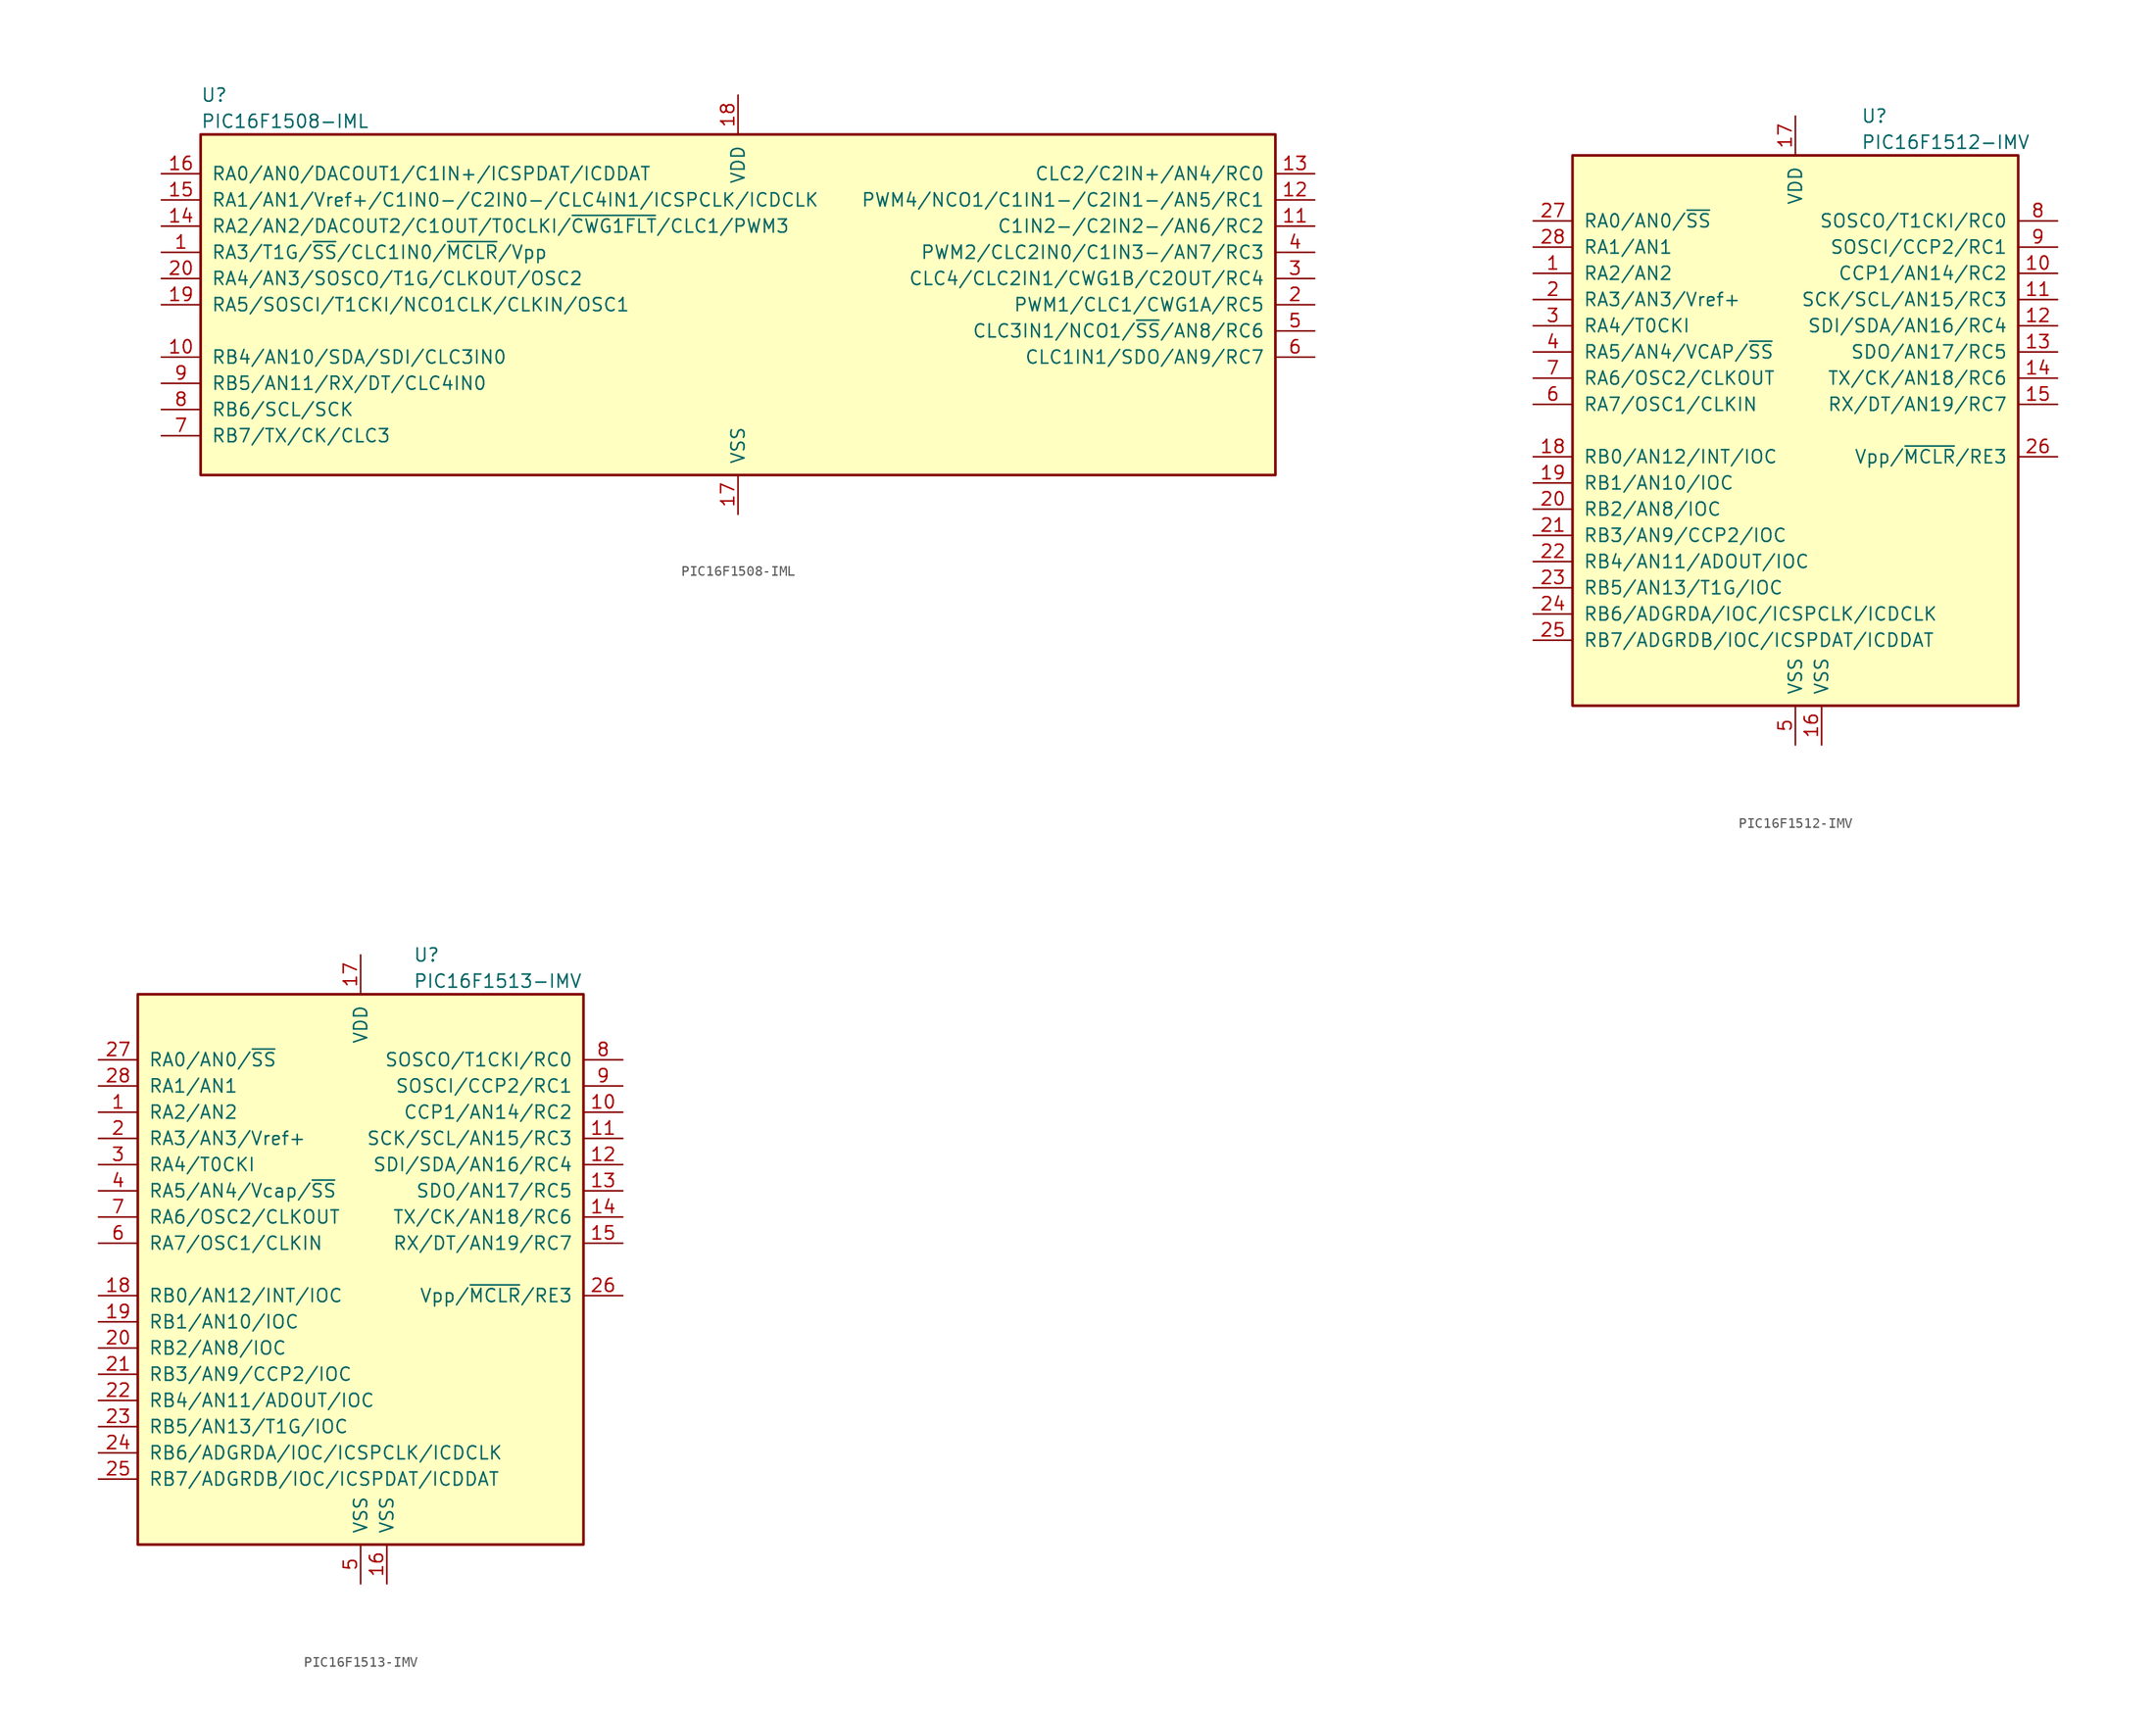
<source format=kicad_sym>
(kicad_symbol_lib
  (version 20211014)
  (generator kicad_symbol_editor)
  (symbol "PIC16F1508-IML"
    (pin_names
      (offset 1.016))
    (property "Reference" "U"
      (at -52.07 20.32 0)
      (effects (font (size 1.27 1.27)) (justify left)))
    (property "Value" "PIC16F1508-IML"
      (at -52.07 17.78 0)
      (effects (font (size 1.27 1.27)) (justify left)))
    (symbol "PIC16F1508-IML_0_1"
      (rectangle (start -52.07 16.51) (end 52.07 -16.51) (stroke (width 0.254) (type default) (color 0 0 0 0)) (fill (type background))))
    (symbol "PIC16F1508-IML_1_1"
      (pin input line (at -55.88 5.08 0) (length 3.81) (name "RA3/T1G/~{SS}/CLC1IN0/~{MCLR}/Vpp" (effects (font (size 1.27 1.27)))) (number "1" (effects (font (size 1.27 1.27)))))
      (pin bidirectional line (at -55.88 -5.08 0) (length 3.81) (name "RB4/AN10/SDA/SDI/CLC3IN0" (effects (font (size 1.27 1.27)))) (number "10" (effects (font (size 1.27 1.27)))))
      (pin bidirectional line (at 55.88 7.62 180) (length 3.81) (name "C1IN2-/C2IN2-/AN6/RC2" (effects (font (size 1.27 1.27)))) (number "11" (effects (font (size 1.27 1.27)))))
      (pin bidirectional line (at 55.88 10.16 180) (length 3.81) (name "PWM4/NCO1/C1IN1-/C2IN1-/AN5/RC1" (effects (font (size 1.27 1.27)))) (number "12" (effects (font (size 1.27 1.27)))))
      (pin bidirectional line (at 55.88 12.7 180) (length 3.81) (name "CLC2/C2IN+/AN4/RC0" (effects (font (size 1.27 1.27)))) (number "13" (effects (font (size 1.27 1.27)))))
      (pin bidirectional line (at -55.88 7.62 0) (length 3.81) (name "RA2/AN2/DACOUT2/C1OUT/T0CLKI/~{CWG1FLT}/CLC1/PWM3" (effects (font (size 1.27 1.27)))) (number "14" (effects (font (size 1.27 1.27)))))
      (pin bidirectional line (at -55.88 10.16 0) (length 3.81) (name "RA1/AN1/Vref+/C1IN0-/C2IN0-/CLC4IN1/ICSPCLK/ICDCLK" (effects (font (size 1.27 1.27)))) (number "15" (effects (font (size 1.27 1.27)))))
      (pin bidirectional line (at -55.88 12.7 0) (length 3.81) (name "RA0/AN0/DACOUT1/C1IN+/ICSPDAT/ICDDAT" (effects (font (size 1.27 1.27)))) (number "16" (effects (font (size 1.27 1.27)))))
      (pin power_in line (at 0 -20.32 90) (length 3.81) (name "VSS" (effects (font (size 1.27 1.27)))) (number "17" (effects (font (size 1.27 1.27)))))
      (pin power_in line (at 0 20.32 270) (length 3.81) (name "VDD" (effects (font (size 1.27 1.27)))) (number "18" (effects (font (size 1.27 1.27)))))
      (pin bidirectional line (at -55.88 0 0) (length 3.81) (name "RA5/SOSCI/T1CKI/NCO1CLK/CLKIN/OSC1" (effects (font (size 1.27 1.27)))) (number "19" (effects (font (size 1.27 1.27)))))
      (pin bidirectional line (at 55.88 0 180) (length 3.81) (name "PWM1/CLC1/CWG1A/RC5" (effects (font (size 1.27 1.27)))) (number "2" (effects (font (size 1.27 1.27)))))
      (pin bidirectional line (at -55.88 2.54 0) (length 3.81) (name "RA4/AN3/SOSCO/T1G/CLKOUT/OSC2" (effects (font (size 1.27 1.27)))) (number "20" (effects (font (size 1.27 1.27)))))
      (pin bidirectional line (at 55.88 2.54 180) (length 3.81) (name "CLC4/CLC2IN1/CWG1B/C2OUT/RC4" (effects (font (size 1.27 1.27)))) (number "3" (effects (font (size 1.27 1.27)))))
      (pin bidirectional line (at 55.88 5.08 180) (length 3.81) (name "PWM2/CLC2IN0/C1IN3-/AN7/RC3" (effects (font (size 1.27 1.27)))) (number "4" (effects (font (size 1.27 1.27)))))
      (pin bidirectional line (at 55.88 -2.54 180) (length 3.81) (name "CLC3IN1/NCO1/~{SS}/AN8/RC6" (effects (font (size 1.27 1.27)))) (number "5" (effects (font (size 1.27 1.27)))))
      (pin bidirectional line (at 55.88 -5.08 180) (length 3.81) (name "CLC1IN1/SDO/AN9/RC7" (effects (font (size 1.27 1.27)))) (number "6" (effects (font (size 1.27 1.27)))))
      (pin bidirectional line (at -55.88 -12.7 0) (length 3.81) (name "RB7/TX/CK/CLC3" (effects (font (size 1.27 1.27)))) (number "7" (effects (font (size 1.27 1.27)))))
      (pin bidirectional line (at -55.88 -10.16 0) (length 3.81) (name "RB6/SCL/SCK" (effects (font (size 1.27 1.27)))) (number "8" (effects (font (size 1.27 1.27)))))
      (pin bidirectional line (at -55.88 -7.62 0) (length 3.81) (name "RB5/AN11/RX/DT/CLC4IN0" (effects (font (size 1.27 1.27)))) (number "9" (effects (font (size 1.27 1.27)))))))
  (symbol "PIC16F1512-IMV"
    (pin_names
      (offset 1.016))
    (property "Reference" "U"
      (at 6.35 30.48 0)
      (effects (font (size 1.27 1.27)) (justify left)))
    (property "Value" "PIC16F1512-IMV"
      (at 6.35 27.94 0)
      (effects (font (size 1.27 1.27)) (justify left)))
    (symbol "PIC16F1512-IMV_0_1"
      (rectangle (start -21.59 26.67) (end 21.59 -26.67) (stroke (width 0.254) (type default) (color 0 0 0 0)) (fill (type background))))
    (symbol "PIC16F1512-IMV_1_1"
      (pin bidirectional line (at -25.4 15.24 0) (length 3.81) (name "RA2/AN2" (effects (font (size 1.27 1.27)))) (number "1" (effects (font (size 1.27 1.27)))))
      (pin bidirectional line (at 25.4 15.24 180) (length 3.81) (name "CCP1/AN14/RC2" (effects (font (size 1.27 1.27)))) (number "10" (effects (font (size 1.27 1.27)))))
      (pin bidirectional line (at 25.4 12.7 180) (length 3.81) (name "SCK/SCL/AN15/RC3" (effects (font (size 1.27 1.27)))) (number "11" (effects (font (size 1.27 1.27)))))
      (pin bidirectional line (at 25.4 10.16 180) (length 3.81) (name "SDI/SDA/AN16/RC4" (effects (font (size 1.27 1.27)))) (number "12" (effects (font (size 1.27 1.27)))))
      (pin bidirectional line (at 25.4 7.62 180) (length 3.81) (name "SDO/AN17/RC5" (effects (font (size 1.27 1.27)))) (number "13" (effects (font (size 1.27 1.27)))))
      (pin bidirectional line (at 25.4 5.08 180) (length 3.81) (name "TX/CK/AN18/RC6" (effects (font (size 1.27 1.27)))) (number "14" (effects (font (size 1.27 1.27)))))
      (pin bidirectional line (at 25.4 2.54 180) (length 3.81) (name "RX/DT/AN19/RC7" (effects (font (size 1.27 1.27)))) (number "15" (effects (font (size 1.27 1.27)))))
      (pin power_in line (at 2.54 -30.48 90) (length 3.81) (name "VSS" (effects (font (size 1.27 1.27)))) (number "16" (effects (font (size 1.27 1.27)))))
      (pin power_in line (at 0 30.48 270) (length 3.81) (name "VDD" (effects (font (size 1.27 1.27)))) (number "17" (effects (font (size 1.27 1.27)))))
      (pin bidirectional line (at -25.4 -2.54 0) (length 3.81) (name "RB0/AN12/INT/IOC" (effects (font (size 1.27 1.27)))) (number "18" (effects (font (size 1.27 1.27)))))
      (pin bidirectional line (at -25.4 -5.08 0) (length 3.81) (name "RB1/AN10/IOC" (effects (font (size 1.27 1.27)))) (number "19" (effects (font (size 1.27 1.27)))))
      (pin bidirectional line (at -25.4 12.7 0) (length 3.81) (name "RA3/AN3/Vref+" (effects (font (size 1.27 1.27)))) (number "2" (effects (font (size 1.27 1.27)))))
      (pin bidirectional line (at -25.4 -7.62 0) (length 3.81) (name "RB2/AN8/IOC" (effects (font (size 1.27 1.27)))) (number "20" (effects (font (size 1.27 1.27)))))
      (pin bidirectional line (at -25.4 -10.16 0) (length 3.81) (name "RB3/AN9/CCP2/IOC" (effects (font (size 1.27 1.27)))) (number "21" (effects (font (size 1.27 1.27)))))
      (pin bidirectional line (at -25.4 -12.7 0) (length 3.81) (name "RB4/AN11/ADOUT/IOC" (effects (font (size 1.27 1.27)))) (number "22" (effects (font (size 1.27 1.27)))))
      (pin bidirectional line (at -25.4 -15.24 0) (length 3.81) (name "RB5/AN13/T1G/IOC" (effects (font (size 1.27 1.27)))) (number "23" (effects (font (size 1.27 1.27)))))
      (pin bidirectional line (at -25.4 -17.78 0) (length 3.81) (name "RB6/ADGRDA/IOC/ICSPCLK/ICDCLK" (effects (font (size 1.27 1.27)))) (number "24" (effects (font (size 1.27 1.27)))))
      (pin bidirectional line (at -25.4 -20.32 0) (length 3.81) (name "RB7/ADGRDB/IOC/ICSPDAT/ICDDAT" (effects (font (size 1.27 1.27)))) (number "25" (effects (font (size 1.27 1.27)))))
      (pin input line (at 25.4 -2.54 180) (length 3.81) (name "Vpp/~{MCLR}/RE3" (effects (font (size 1.27 1.27)))) (number "26" (effects (font (size 1.27 1.27)))))
      (pin bidirectional line (at -25.4 20.32 0) (length 3.81) (name "RA0/AN0/~{SS}" (effects (font (size 1.27 1.27)))) (number "27" (effects (font (size 1.27 1.27)))))
      (pin bidirectional line (at -25.4 17.78 0) (length 3.81) (name "RA1/AN1" (effects (font (size 1.27 1.27)))) (number "28" (effects (font (size 1.27 1.27)))))
      (pin bidirectional line (at -25.4 10.16 0) (length 3.81) (name "RA4/T0CKI" (effects (font (size 1.27 1.27)))) (number "3" (effects (font (size 1.27 1.27)))))
      (pin bidirectional line (at -25.4 7.62 0) (length 3.81) (name "RA5/AN4/VCAP/~{SS}" (effects (font (size 1.27 1.27)))) (number "4" (effects (font (size 1.27 1.27)))))
      (pin power_in line (at 0 -30.48 90) (length 3.81) (name "VSS" (effects (font (size 1.27 1.27)))) (number "5" (effects (font (size 1.27 1.27)))))
      (pin bidirectional line (at -25.4 2.54 0) (length 3.81) (name "RA7/OSC1/CLKIN" (effects (font (size 1.27 1.27)))) (number "6" (effects (font (size 1.27 1.27)))))
      (pin bidirectional line (at -25.4 5.08 0) (length 3.81) (name "RA6/OSC2/CLKOUT" (effects (font (size 1.27 1.27)))) (number "7" (effects (font (size 1.27 1.27)))))
      (pin bidirectional line (at 25.4 20.32 180) (length 3.81) (name "SOSCO/T1CKI/RC0" (effects (font (size 1.27 1.27)))) (number "8" (effects (font (size 1.27 1.27)))))
      (pin bidirectional line (at 25.4 17.78 180) (length 3.81) (name "SOSCI/CCP2/RC1" (effects (font (size 1.27 1.27)))) (number "9" (effects (font (size 1.27 1.27)))))))
  (symbol "PIC16F1513-IMV"
    (pin_names
      (offset 1.016))
    (property "Reference" "U"
      (at 5.08 30.48 0)
      (effects (font (size 1.27 1.27)) (justify left)))
    (property "Value" "PIC16F1513-IMV"
      (at 5.08 27.94 0)
      (effects (font (size 1.27 1.27)) (justify left)))
    (symbol "PIC16F1513-IMV_0_1"
      (rectangle (start -21.59 26.67) (end 21.59 -26.67) (stroke (width 0.254) (type default) (color 0 0 0 0)) (fill (type background))))
    (symbol "PIC16F1513-IMV_1_1"
      (pin bidirectional line (at -25.4 15.24 0) (length 3.81) (name "RA2/AN2" (effects (font (size 1.27 1.27)))) (number "1" (effects (font (size 1.27 1.27)))))
      (pin bidirectional line (at 25.4 15.24 180) (length 3.81) (name "CCP1/AN14/RC2" (effects (font (size 1.27 1.27)))) (number "10" (effects (font (size 1.27 1.27)))))
      (pin bidirectional line (at 25.4 12.7 180) (length 3.81) (name "SCK/SCL/AN15/RC3" (effects (font (size 1.27 1.27)))) (number "11" (effects (font (size 1.27 1.27)))))
      (pin bidirectional line (at 25.4 10.16 180) (length 3.81) (name "SDI/SDA/AN16/RC4" (effects (font (size 1.27 1.27)))) (number "12" (effects (font (size 1.27 1.27)))))
      (pin bidirectional line (at 25.4 7.62 180) (length 3.81) (name "SDO/AN17/RC5" (effects (font (size 1.27 1.27)))) (number "13" (effects (font (size 1.27 1.27)))))
      (pin bidirectional line (at 25.4 5.08 180) (length 3.81) (name "TX/CK/AN18/RC6" (effects (font (size 1.27 1.27)))) (number "14" (effects (font (size 1.27 1.27)))))
      (pin bidirectional line (at 25.4 2.54 180) (length 3.81) (name "RX/DT/AN19/RC7" (effects (font (size 1.27 1.27)))) (number "15" (effects (font (size 1.27 1.27)))))
      (pin power_in line (at 2.54 -30.48 90) (length 3.81) (name "VSS" (effects (font (size 1.27 1.27)))) (number "16" (effects (font (size 1.27 1.27)))))
      (pin power_in line (at 0 30.48 270) (length 3.81) (name "VDD" (effects (font (size 1.27 1.27)))) (number "17" (effects (font (size 1.27 1.27)))))
      (pin bidirectional line (at -25.4 -2.54 0) (length 3.81) (name "RB0/AN12/INT/IOC" (effects (font (size 1.27 1.27)))) (number "18" (effects (font (size 1.27 1.27)))))
      (pin bidirectional line (at -25.4 -5.08 0) (length 3.81) (name "RB1/AN10/IOC" (effects (font (size 1.27 1.27)))) (number "19" (effects (font (size 1.27 1.27)))))
      (pin bidirectional line (at -25.4 12.7 0) (length 3.81) (name "RA3/AN3/Vref+" (effects (font (size 1.27 1.27)))) (number "2" (effects (font (size 1.27 1.27)))))
      (pin bidirectional line (at -25.4 -7.62 0) (length 3.81) (name "RB2/AN8/IOC" (effects (font (size 1.27 1.27)))) (number "20" (effects (font (size 1.27 1.27)))))
      (pin bidirectional line (at -25.4 -10.16 0) (length 3.81) (name "RB3/AN9/CCP2/IOC" (effects (font (size 1.27 1.27)))) (number "21" (effects (font (size 1.27 1.27)))))
      (pin bidirectional line (at -25.4 -12.7 0) (length 3.81) (name "RB4/AN11/ADOUT/IOC" (effects (font (size 1.27 1.27)))) (number "22" (effects (font (size 1.27 1.27)))))
      (pin bidirectional line (at -25.4 -15.24 0) (length 3.81) (name "RB5/AN13/T1G/IOC" (effects (font (size 1.27 1.27)))) (number "23" (effects (font (size 1.27 1.27)))))
      (pin bidirectional line (at -25.4 -17.78 0) (length 3.81) (name "RB6/ADGRDA/IOC/ICSPCLK/ICDCLK" (effects (font (size 1.27 1.27)))) (number "24" (effects (font (size 1.27 1.27)))))
      (pin bidirectional line (at -25.4 -20.32 0) (length 3.81) (name "RB7/ADGRDB/IOC/ICSPDAT/ICDDAT" (effects (font (size 1.27 1.27)))) (number "25" (effects (font (size 1.27 1.27)))))
      (pin input line (at 25.4 -2.54 180) (length 3.81) (name "Vpp/~{MCLR}/RE3" (effects (font (size 1.27 1.27)))) (number "26" (effects (font (size 1.27 1.27)))))
      (pin bidirectional line (at -25.4 20.32 0) (length 3.81) (name "RA0/AN0/~{SS}" (effects (font (size 1.27 1.27)))) (number "27" (effects (font (size 1.27 1.27)))))
      (pin bidirectional line (at -25.4 17.78 0) (length 3.81) (name "RA1/AN1" (effects (font (size 1.27 1.27)))) (number "28" (effects (font (size 1.27 1.27)))))
      (pin bidirectional line (at -25.4 10.16 0) (length 3.81) (name "RA4/T0CKI" (effects (font (size 1.27 1.27)))) (number "3" (effects (font (size 1.27 1.27)))))
      (pin bidirectional line (at -25.4 7.62 0) (length 3.81) (name "RA5/AN4/Vcap/~{SS}" (effects (font (size 1.27 1.27)))) (number "4" (effects (font (size 1.27 1.27)))))
      (pin power_in line (at 0 -30.48 90) (length 3.81) (name "VSS" (effects (font (size 1.27 1.27)))) (number "5" (effects (font (size 1.27 1.27)))))
      (pin bidirectional line (at -25.4 2.54 0) (length 3.81) (name "RA7/OSC1/CLKIN" (effects (font (size 1.27 1.27)))) (number "6" (effects (font (size 1.27 1.27)))))
      (pin bidirectional line (at -25.4 5.08 0) (length 3.81) (name "RA6/OSC2/CLKOUT" (effects (font (size 1.27 1.27)))) (number "7" (effects (font (size 1.27 1.27)))))
      (pin bidirectional line (at 25.4 20.32 180) (length 3.81) (name "SOSCO/T1CKI/RC0" (effects (font (size 1.27 1.27)))) (number "8" (effects (font (size 1.27 1.27)))))
      (pin bidirectional line (at 25.4 17.78 180) (length 3.81) (name "SOSCI/CCP2/RC1" (effects (font (size 1.27 1.27)))) (number "9" (effects (font (size 1.27 1.27))))))))
</source>
